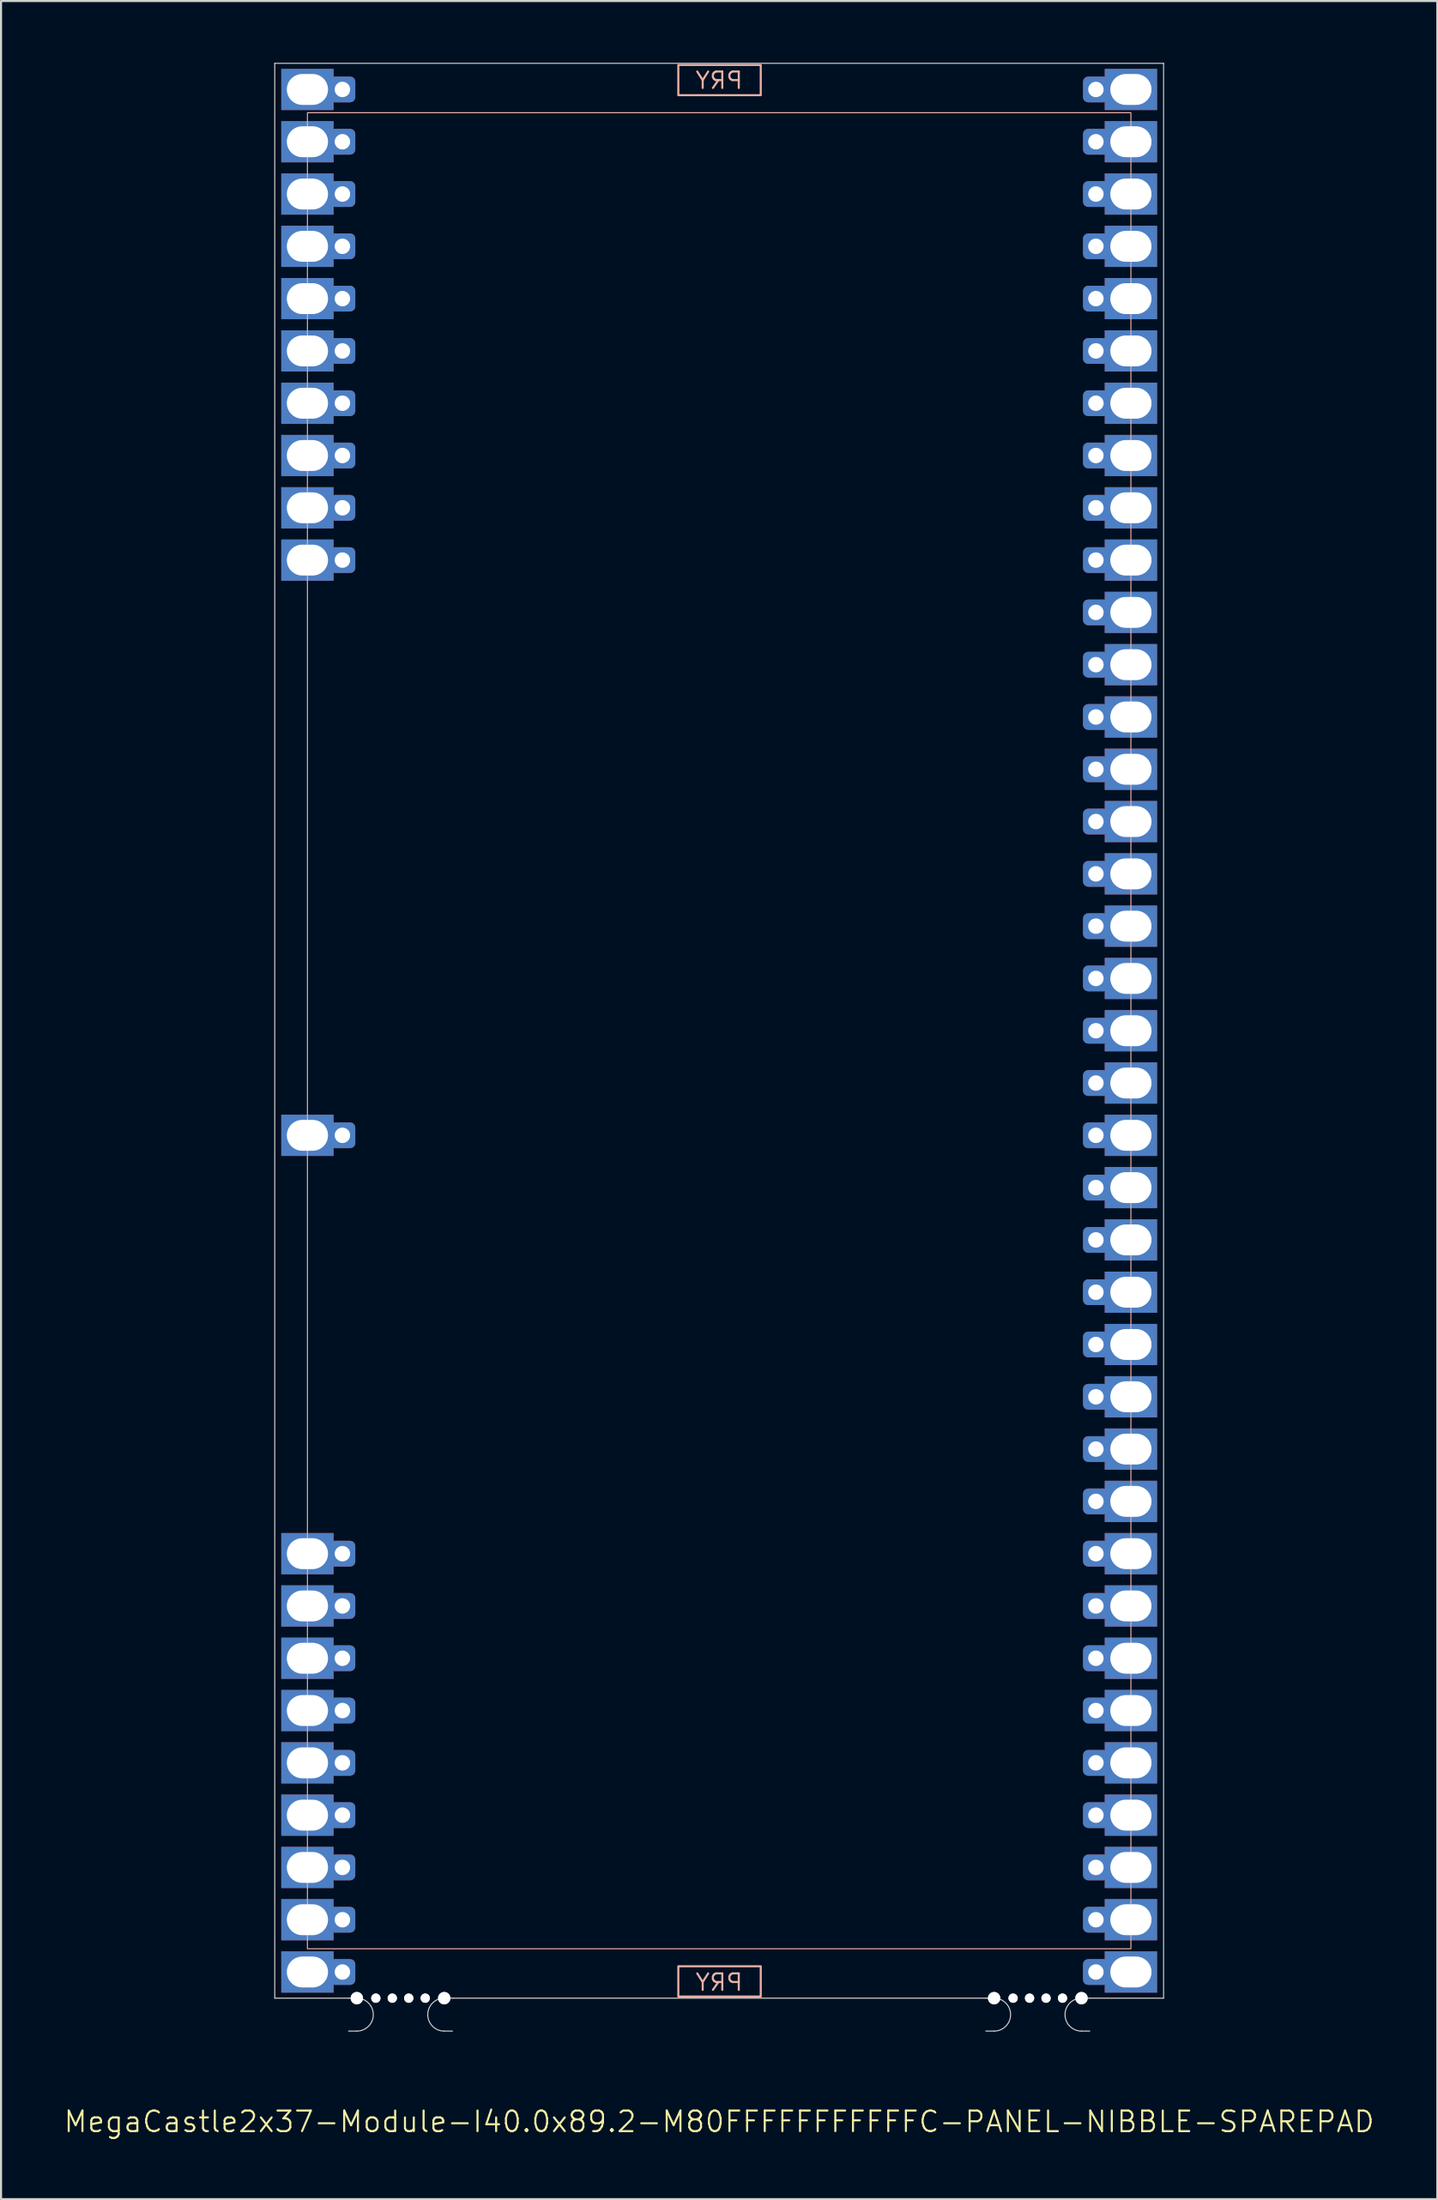
<source format=kicad_pcb>
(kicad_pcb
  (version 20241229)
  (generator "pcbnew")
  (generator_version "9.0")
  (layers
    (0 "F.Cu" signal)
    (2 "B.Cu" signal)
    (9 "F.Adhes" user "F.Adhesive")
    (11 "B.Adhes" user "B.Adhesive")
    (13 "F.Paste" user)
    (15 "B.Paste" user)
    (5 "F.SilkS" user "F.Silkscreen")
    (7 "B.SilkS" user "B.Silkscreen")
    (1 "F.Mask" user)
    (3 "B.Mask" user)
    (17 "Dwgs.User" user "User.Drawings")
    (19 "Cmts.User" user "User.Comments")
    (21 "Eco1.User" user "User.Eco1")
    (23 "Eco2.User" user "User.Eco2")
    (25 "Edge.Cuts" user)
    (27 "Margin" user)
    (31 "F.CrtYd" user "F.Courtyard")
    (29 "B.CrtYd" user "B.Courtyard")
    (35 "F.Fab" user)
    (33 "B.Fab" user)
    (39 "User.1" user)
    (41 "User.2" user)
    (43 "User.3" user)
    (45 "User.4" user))
  (footprint "MegaCastle2x37-Module-I40.0x89.2-M80FFFFFFFFFFFC-PANEL-NIBBLE-SPAREPAD"
    (layer "F.Cu")
    (at 31.883 47.015)
    (property "Reference" "MegaCastle2x37-Module-I40.0x89.2-M80FFFFFFFFFFFC-PANEL-NIBBLE-SPAREPAD" (at 0 52.99 0) (unlocked yes) (layer "F.SilkS") (effects (font (size 1 1) (thickness 0.1))))
    (attr smd)
    (fp_rect (start -20 44.59) (end 20 -44.59) (stroke (width 0.05) (type default)) (fill no) (layer "B.SilkS"))
    (fp_rect (start -1.984 -45.441) (end 2.02 -46.91) (stroke (width 0.1) (type default)) (fill no) (layer "B.SilkS"))
    (fp_rect (start -1.984 45.441) (end 2.02 46.91) (stroke (width 0.1) (type default)) (fill no) (layer "B.SilkS"))
    (fp_line (start -21.587 -46.99) (end -21.587 46.99) (stroke (width 0.05) (type default)) (layer "Edge.Cuts"))
    (fp_line (start -21.587 -46.99) (end 21.587 -46.99) (stroke (width 0.05) (type default)) (layer "Edge.Cuts"))
    (fp_line (start -21.587 46.99) (end -18 46.99) (stroke (width 0.05) (type default)) (layer "Edge.Cuts"))
    (fp_line (start -18 46.99) (end -17.6 46.99) (stroke (width 0.05) (type default)) (layer "Edge.Cuts"))
    (fp_line (start -18 48.59) (end -17.6 48.59) (stroke (width 0.05) (type default)) (layer "Edge.Cuts"))
    (fp_line (start -12.955 46.99) (end -13.355 46.99) (stroke (width 0.05) (type default)) (layer "Edge.Cuts"))
    (fp_line (start -12.955 46.99) (end 12.955 46.99) (stroke (width 0.05) (type default)) (layer "Edge.Cuts"))
    (fp_line (start -12.955 48.59) (end -13.355 48.59) (stroke (width 0.05) (type default)) (layer "Edge.Cuts"))
    (fp_line (start 12.955 46.99) (end 13.355 46.99) (stroke (width 0.05) (type default)) (layer "Edge.Cuts"))
    (fp_line (start 12.955 48.59) (end 13.355 48.59) (stroke (width 0.05) (type default)) (layer "Edge.Cuts"))
    (fp_line (start 18 46.99) (end 17.6 46.99) (stroke (width 0.05) (type default)) (layer "Edge.Cuts"))
    (fp_line (start 18 46.99) (end 21.587 46.99) (stroke (width 0.05) (type default)) (layer "Edge.Cuts"))
    (fp_line (start 18 48.59) (end 17.6 48.59) (stroke (width 0.05) (type default)) (layer "Edge.Cuts"))
    (fp_line (start 21.587 -46.99) (end 21.587 46.99) (stroke (width 0.05) (type default)) (layer "Edge.Cuts"))
    (fp_arc (start -17.6 46.990002) (mid -16.799999 47.790001) (end -17.6 48.59) (stroke (width 0.05) (type default)) (layer "Edge.Cuts"))
    (fp_arc (start -13.355 48.59) (mid -14.155 47.790001) (end -13.355 46.990002) (stroke (width 0.05) (type default)) (layer "Edge.Cuts"))
    (fp_arc (start 13.355001 46.990002) (mid 14.155002 47.790001) (end 13.355001 48.59) (stroke (width 0.05) (type default)) (layer "Edge.Cuts"))
    (fp_arc (start 17.600002 48.59) (mid 16.8 47.79) (end 17.600002 46.990002) (stroke (width 0.05) (type default)) (layer "Edge.Cuts"))
    (fp_text user "PRY" (at 0 -45.69 0) (unlocked yes) (layer "B.SilkS") (effects (font (size 0.8 0.8) (thickness 0.1)) (justify bottom mirror)))
    (fp_text user "PRY" (at 0 46.69 0) (unlocked yes) (layer "B.SilkS") (effects (font (size 0.8 0.8) (thickness 0.1)) (justify bottom mirror)))
    (pad "" np_thru_hole circle (at -17.6 46.99) (size 0.6 0.6) (drill 0.6) (layers "*.Cu" "Edge.Cuts"))
    (pad "" np_thru_hole circle (at -16.677 46.99) (size 0.45 0.45) (drill 0.45) (layers "*.Cu" "Edge.Cuts"))
    (pad "" np_thru_hole circle (at -15.878 46.99) (size 0.45 0.45) (drill 0.45) (layers "*.Cu" "Edge.Cuts"))
    (pad "" np_thru_hole circle (at -15.078 46.99) (size 0.45 0.45) (drill 0.45) (layers "*.Cu" "Edge.Cuts"))
    (pad "" np_thru_hole circle (at -14.277 46.99) (size 0.45 0.45) (drill 0.45) (layers "*.Cu" "Edge.Cuts"))
    (pad "" np_thru_hole circle (at -13.355 46.99) (size 0.6 0.6) (drill 0.6) (layers "*.Cu" "Edge.Cuts"))
    (pad "" np_thru_hole circle (at 13.355 46.99) (size 0.6 0.6) (drill 0.6) (layers "*.Cu" "Edge.Cuts"))
    (pad "" np_thru_hole circle (at 14.278 46.99) (size 0.45 0.45) (drill 0.45) (layers "*.Cu" "Edge.Cuts"))
    (pad "" np_thru_hole circle (at 15.078 46.99) (size 0.45 0.45) (drill 0.45) (layers "*.Cu" "Edge.Cuts"))
    (pad "" np_thru_hole circle (at 15.878 46.99) (size 0.45 0.45) (drill 0.45) (layers "*.Cu" "Edge.Cuts"))
    (pad "" np_thru_hole circle (at 16.678 46.99) (size 0.45 0.45) (drill 0.45) (layers "*.Cu" "Edge.Cuts"))
    (pad "" np_thru_hole circle (at 17.6 46.99) (size 0.6 0.6) (drill 0.6) (layers "*.Cu" "Edge.Cuts"))
    (pad "1" thru_hole rect (at -20 -45.72) (size 2.54 2) (drill oval 2 1.5) (property pad_prop_castellated) (layers "*.Cu" "*.Mask"))
    (pad "1" thru_hole roundrect (at -18.3 -45.72 180) (size 1.25 1.25) (drill 0.75) (layers "*.Cu" "*.Mask") (roundrect_rratio 0.2))
    (pad "2" thru_hole rect (at -20 -43.18) (size 2.54 2) (drill oval 2 1.5) (property pad_prop_castellated) (layers "*.Cu" "*.Mask"))
    (pad "2" thru_hole roundrect (at -18.3 -43.18 180) (size 1.25 1.25) (drill 0.75) (layers "*.Cu" "*.Mask") (roundrect_rratio 0.2))
    (pad "3" thru_hole rect (at -20 -40.64) (size 2.54 2) (drill oval 2 1.5) (property pad_prop_castellated) (layers "*.Cu" "*.Mask"))
    (pad "3" thru_hole roundrect (at -18.3 -40.64 180) (size 1.25 1.25) (drill 0.75) (layers "*.Cu" "*.Mask") (roundrect_rratio 0.2))
    (pad "4" thru_hole rect (at -20 -38.1) (size 2.54 2) (drill oval 2 1.5) (property pad_prop_castellated) (layers "*.Cu" "*.Mask"))
    (pad "4" thru_hole roundrect (at -18.3 -38.1 180) (size 1.25 1.25) (drill 0.75) (layers "*.Cu" "*.Mask") (roundrect_rratio 0.2))
    (pad "5" thru_hole rect (at -20 -35.56) (size 2.54 2) (drill oval 2 1.5) (property pad_prop_castellated) (layers "*.Cu" "*.Mask"))
    (pad "5" thru_hole roundrect (at -18.3 -35.56 180) (size 1.25 1.25) (drill 0.75) (layers "*.Cu" "*.Mask") (roundrect_rratio 0.2))
    (pad "6" thru_hole rect (at -20 -33.02) (size 2.54 2) (drill oval 2 1.5) (property pad_prop_castellated) (layers "*.Cu" "*.Mask"))
    (pad "6" thru_hole roundrect (at -18.3 -33.02 180) (size 1.25 1.25) (drill 0.75) (layers "*.Cu" "*.Mask") (roundrect_rratio 0.2))
    (pad "7" thru_hole rect (at -20 -30.48) (size 2.54 2) (drill oval 2 1.5) (property pad_prop_castellated) (layers "*.Cu" "*.Mask"))
    (pad "7" thru_hole roundrect (at -18.3 -30.48 180) (size 1.25 1.25) (drill 0.75) (layers "*.Cu" "*.Mask") (roundrect_rratio 0.2))
    (pad "8" thru_hole rect (at -20 -27.94) (size 2.54 2) (drill oval 2 1.5) (property pad_prop_castellated) (layers "*.Cu" "*.Mask"))
    (pad "8" thru_hole roundrect (at -18.3 -27.94 180) (size 1.25 1.25) (drill 0.75) (layers "*.Cu" "*.Mask") (roundrect_rratio 0.2))
    (pad "9" thru_hole rect (at -20 -25.4) (size 2.54 2) (drill oval 2 1.5) (property pad_prop_castellated) (layers "*.Cu" "*.Mask"))
    (pad "9" thru_hole roundrect (at -18.3 -25.4 180) (size 1.25 1.25) (drill 0.75) (layers "*.Cu" "*.Mask") (roundrect_rratio 0.2))
    (pad "10" thru_hole rect (at -20 -22.86) (size 2.54 2) (drill oval 2 1.5) (property pad_prop_castellated) (layers "*.Cu" "*.Mask"))
    (pad "10" thru_hole roundrect (at -18.3 -22.86 180) (size 1.25 1.25) (drill 0.75) (layers "*.Cu" "*.Mask") (roundrect_rratio 0.2))
    (pad "21" thru_hole rect (at -20 5.08) (size 2.54 2) (drill oval 2 1.5) (property pad_prop_castellated) (layers "*.Cu" "*.Mask"))
    (pad "21" thru_hole roundrect (at -18.3 5.08 180) (size 1.25 1.25) (drill 0.75) (layers "*.Cu" "*.Mask") (roundrect_rratio 0.2))
    (pad "29" thru_hole rect (at -20 25.4) (size 2.54 2) (drill oval 2 1.5) (property pad_prop_castellated) (layers "*.Cu" "*.Mask"))
    (pad "29" thru_hole roundrect (at -18.3 25.4 180) (size 1.25 1.25) (drill 0.75) (layers "*.Cu" "*.Mask") (roundrect_rratio 0.2))
    (pad "30" thru_hole rect (at -20 27.94) (size 2.54 2) (drill oval 2 1.5) (property pad_prop_castellated) (layers "*.Cu" "*.Mask"))
    (pad "30" thru_hole roundrect (at -18.3 27.94 180) (size 1.25 1.25) (drill 0.75) (layers "*.Cu" "*.Mask") (roundrect_rratio 0.2))
    (pad "31" thru_hole rect (at -20 30.48) (size 2.54 2) (drill oval 2 1.5) (property pad_prop_castellated) (layers "*.Cu" "*.Mask"))
    (pad "31" thru_hole roundrect (at -18.3 30.48 180) (size 1.25 1.25) (drill 0.75) (layers "*.Cu" "*.Mask") (roundrect_rratio 0.2))
    (pad "32" thru_hole rect (at -20 33.02) (size 2.54 2) (drill oval 2 1.5) (property pad_prop_castellated) (layers "*.Cu" "*.Mask"))
    (pad "32" thru_hole roundrect (at -18.3 33.02 180) (size 1.25 1.25) (drill 0.75) (layers "*.Cu" "*.Mask") (roundrect_rratio 0.2))
    (pad "33" thru_hole rect (at -20 35.56) (size 2.54 2) (drill oval 2 1.5) (property pad_prop_castellated) (layers "*.Cu" "*.Mask"))
    (pad "33" thru_hole roundrect (at -18.3 35.56 180) (size 1.25 1.25) (drill 0.75) (layers "*.Cu" "*.Mask") (roundrect_rratio 0.2))
    (pad "34" thru_hole rect (at -20 38.1) (size 2.54 2) (drill oval 2 1.5) (property pad_prop_castellated) (layers "*.Cu" "*.Mask"))
    (pad "34" thru_hole roundrect (at -18.3 38.1 180) (size 1.25 1.25) (drill 0.75) (layers "*.Cu" "*.Mask") (roundrect_rratio 0.2))
    (pad "35" thru_hole rect (at -20 40.64) (size 2.54 2) (drill oval 2 1.5) (property pad_prop_castellated) (layers "*.Cu" "*.Mask"))
    (pad "35" thru_hole roundrect (at -18.3 40.64 180) (size 1.25 1.25) (drill 0.75) (layers "*.Cu" "*.Mask") (roundrect_rratio 0.2))
    (pad "36" thru_hole rect (at -20 43.18) (size 2.54 2) (drill oval 2 1.5) (property pad_prop_castellated) (layers "*.Cu" "*.Mask"))
    (pad "36" thru_hole roundrect (at -18.3 43.18 180) (size 1.25 1.25) (drill 0.75) (layers "*.Cu" "*.Mask") (roundrect_rratio 0.2))
    (pad "37" thru_hole rect (at -20 45.72) (size 2.54 2) (drill oval 2 1.5) (property pad_prop_castellated) (layers "*.Cu" "*.Mask"))
    (pad "37" thru_hole roundrect (at -18.3 45.72 180) (size 1.25 1.25) (drill 0.75) (layers "*.Cu" "*.Mask") (roundrect_rratio 0.2))
    (pad "38" thru_hole roundrect (at 18.3 -45.72 180) (size 1.25 1.25) (drill 0.75) (layers "*.Cu" "*.Mask") (roundrect_rratio 0.2))
    (pad "38" thru_hole rect (at 20 -45.72) (size 2.54 2) (drill oval 2 1.5) (property pad_prop_castellated) (layers "*.Cu" "*.Mask"))
    (pad "39" thru_hole roundrect (at 18.3 -43.18 180) (size 1.25 1.25) (drill 0.75) (layers "*.Cu" "*.Mask") (roundrect_rratio 0.2))
    (pad "39" thru_hole rect (at 20 -43.18) (size 2.54 2) (drill oval 2 1.5) (property pad_prop_castellated) (layers "*.Cu" "*.Mask"))
    (pad "40" thru_hole roundrect (at 18.3 -40.64 180) (size 1.25 1.25) (drill 0.75) (layers "*.Cu" "*.Mask") (roundrect_rratio 0.2))
    (pad "40" thru_hole rect (at 20 -40.64) (size 2.54 2) (drill oval 2 1.5) (property pad_prop_castellated) (layers "*.Cu" "*.Mask"))
    (pad "41" thru_hole roundrect (at 18.3 -38.1 180) (size 1.25 1.25) (drill 0.75) (layers "*.Cu" "*.Mask") (roundrect_rratio 0.2))
    (pad "41" thru_hole rect (at 20 -38.1) (size 2.54 2) (drill oval 2 1.5) (property pad_prop_castellated) (layers "*.Cu" "*.Mask"))
    (pad "42" thru_hole roundrect (at 18.3 -35.56 180) (size 1.25 1.25) (drill 0.75) (layers "*.Cu" "*.Mask") (roundrect_rratio 0.2))
    (pad "42" thru_hole rect (at 20 -35.56) (size 2.54 2) (drill oval 2 1.5) (property pad_prop_castellated) (layers "*.Cu" "*.Mask"))
    (pad "43" thru_hole roundrect (at 18.3 -33.02 180) (size 1.25 1.25) (drill 0.75) (layers "*.Cu" "*.Mask") (roundrect_rratio 0.2))
    (pad "43" thru_hole rect (at 20 -33.02) (size 2.54 2) (drill oval 2 1.5) (property pad_prop_castellated) (layers "*.Cu" "*.Mask"))
    (pad "44" thru_hole roundrect (at 18.3 -30.48 180) (size 1.25 1.25) (drill 0.75) (layers "*.Cu" "*.Mask") (roundrect_rratio 0.2))
    (pad "44" thru_hole rect (at 20 -30.48) (size 2.54 2) (drill oval 2 1.5) (property pad_prop_castellated) (layers "*.Cu" "*.Mask"))
    (pad "45" thru_hole roundrect (at 18.3 -27.94 180) (size 1.25 1.25) (drill 0.75) (layers "*.Cu" "*.Mask") (roundrect_rratio 0.2))
    (pad "45" thru_hole rect (at 20 -27.94) (size 2.54 2) (drill oval 2 1.5) (property pad_prop_castellated) (layers "*.Cu" "*.Mask"))
    (pad "46" thru_hole roundrect (at 18.3 -25.4 180) (size 1.25 1.25) (drill 0.75) (layers "*.Cu" "*.Mask") (roundrect_rratio 0.2))
    (pad "46" thru_hole rect (at 20 -25.4) (size 2.54 2) (drill oval 2 1.5) (property pad_prop_castellated) (layers "*.Cu" "*.Mask"))
    (pad "47" thru_hole roundrect (at 18.3 -22.86 180) (size 1.25 1.25) (drill 0.75) (layers "*.Cu" "*.Mask") (roundrect_rratio 0.2))
    (pad "47" thru_hole rect (at 20 -22.86) (size 2.54 2) (drill oval 2 1.5) (property pad_prop_castellated) (layers "*.Cu" "*.Mask"))
    (pad "48" thru_hole roundrect (at 18.3 -20.32 180) (size 1.25 1.25) (drill 0.75) (layers "*.Cu" "*.Mask") (roundrect_rratio 0.2))
    (pad "48" thru_hole rect (at 20 -20.32) (size 2.54 2) (drill oval 2 1.5) (property pad_prop_castellated) (layers "*.Cu" "*.Mask"))
    (pad "49" thru_hole roundrect (at 18.3 -17.78 180) (size 1.25 1.25) (drill 0.75) (layers "*.Cu" "*.Mask") (roundrect_rratio 0.2))
    (pad "49" thru_hole rect (at 20 -17.78) (size 2.54 2) (drill oval 2 1.5) (property pad_prop_castellated) (layers "*.Cu" "*.Mask"))
    (pad "50" thru_hole roundrect (at 18.3 -15.24 180) (size 1.25 1.25) (drill 0.75) (layers "*.Cu" "*.Mask") (roundrect_rratio 0.2))
    (pad "50" thru_hole rect (at 20 -15.24) (size 2.54 2) (drill oval 2 1.5) (property pad_prop_castellated) (layers "*.Cu" "*.Mask"))
    (pad "51" thru_hole roundrect (at 18.3 -12.7 180) (size 1.25 1.25) (drill 0.75) (layers "*.Cu" "*.Mask") (roundrect_rratio 0.2))
    (pad "51" thru_hole rect (at 20 -12.7) (size 2.54 2) (drill oval 2 1.5) (property pad_prop_castellated) (layers "*.Cu" "*.Mask"))
    (pad "52" thru_hole roundrect (at 18.3 -10.16 180) (size 1.25 1.25) (drill 0.75) (layers "*.Cu" "*.Mask") (roundrect_rratio 0.2))
    (pad "52" thru_hole rect (at 20 -10.16) (size 2.54 2) (drill oval 2 1.5) (property pad_prop_castellated) (layers "*.Cu" "*.Mask"))
    (pad "53" thru_hole roundrect (at 18.3 -7.62 180) (size 1.25 1.25) (drill 0.75) (layers "*.Cu" "*.Mask") (roundrect_rratio 0.2))
    (pad "53" thru_hole rect (at 20 -7.62) (size 2.54 2) (drill oval 2 1.5) (property pad_prop_castellated) (layers "*.Cu" "*.Mask"))
    (pad "54" thru_hole roundrect (at 18.3 -5.08 180) (size 1.25 1.25) (drill 0.75) (layers "*.Cu" "*.Mask") (roundrect_rratio 0.2))
    (pad "54" thru_hole rect (at 20 -5.08) (size 2.54 2) (drill oval 2 1.5) (property pad_prop_castellated) (layers "*.Cu" "*.Mask"))
    (pad "55" thru_hole roundrect (at 18.3 -2.54 180) (size 1.25 1.25) (drill 0.75) (layers "*.Cu" "*.Mask") (roundrect_rratio 0.2))
    (pad "55" thru_hole rect (at 20 -2.54) (size 2.54 2) (drill oval 2 1.5) (property pad_prop_castellated) (layers "*.Cu" "*.Mask"))
    (pad "56" thru_hole roundrect (at 18.3 0 180) (size 1.25 1.25) (drill 0.75) (layers "*.Cu" "*.Mask") (roundrect_rratio 0.2))
    (pad "56" thru_hole rect (at 20 0) (size 2.54 2) (drill oval 2 1.5) (property pad_prop_castellated) (layers "*.Cu" "*.Mask"))
    (pad "57" thru_hole roundrect (at 18.3 2.54 180) (size 1.25 1.25) (drill 0.75) (layers "*.Cu" "*.Mask") (roundrect_rratio 0.2))
    (pad "57" thru_hole rect (at 20 2.54) (size 2.54 2) (drill oval 2 1.5) (property pad_prop_castellated) (layers "*.Cu" "*.Mask"))
    (pad "58" thru_hole roundrect (at 18.3 5.08 180) (size 1.25 1.25) (drill 0.75) (layers "*.Cu" "*.Mask") (roundrect_rratio 0.2))
    (pad "58" thru_hole rect (at 20 5.08) (size 2.54 2) (drill oval 2 1.5) (property pad_prop_castellated) (layers "*.Cu" "*.Mask"))
    (pad "59" thru_hole roundrect (at 18.3 7.62 180) (size 1.25 1.25) (drill 0.75) (layers "*.Cu" "*.Mask") (roundrect_rratio 0.2))
    (pad "59" thru_hole rect (at 20 7.62) (size 2.54 2) (drill oval 2 1.5) (property pad_prop_castellated) (layers "*.Cu" "*.Mask"))
    (pad "60" thru_hole roundrect (at 18.3 10.16 180) (size 1.25 1.25) (drill 0.75) (layers "*.Cu" "*.Mask") (roundrect_rratio 0.2))
    (pad "60" thru_hole rect (at 20 10.16) (size 2.54 2) (drill oval 2 1.5) (property pad_prop_castellated) (layers "*.Cu" "*.Mask"))
    (pad "61" thru_hole roundrect (at 18.3 12.7 180) (size 1.25 1.25) (drill 0.75) (layers "*.Cu" "*.Mask") (roundrect_rratio 0.2))
    (pad "61" thru_hole rect (at 20 12.7) (size 2.54 2) (drill oval 2 1.5) (property pad_prop_castellated) (layers "*.Cu" "*.Mask"))
    (pad "62" thru_hole roundrect (at 18.3 15.24 180) (size 1.25 1.25) (drill 0.75) (layers "*.Cu" "*.Mask") (roundrect_rratio 0.2))
    (pad "62" thru_hole rect (at 20 15.24) (size 2.54 2) (drill oval 2 1.5) (property pad_prop_castellated) (layers "*.Cu" "*.Mask"))
    (pad "63" thru_hole roundrect (at 18.3 17.78 180) (size 1.25 1.25) (drill 0.75) (layers "*.Cu" "*.Mask") (roundrect_rratio 0.2))
    (pad "63" thru_hole rect (at 20 17.78) (size 2.54 2) (drill oval 2 1.5) (property pad_prop_castellated) (layers "*.Cu" "*.Mask"))
    (pad "64" thru_hole roundrect (at 18.3 20.32 180) (size 1.25 1.25) (drill 0.75) (layers "*.Cu" "*.Mask") (roundrect_rratio 0.2))
    (pad "64" thru_hole rect (at 20 20.32) (size 2.54 2) (drill oval 2 1.5) (property pad_prop_castellated) (layers "*.Cu" "*.Mask"))
    (pad "65" thru_hole roundrect (at 18.3 22.86 180) (size 1.25 1.25) (drill 0.75) (layers "*.Cu" "*.Mask") (roundrect_rratio 0.2))
    (pad "65" thru_hole rect (at 20 22.86) (size 2.54 2) (drill oval 2 1.5) (property pad_prop_castellated) (layers "*.Cu" "*.Mask"))
    (pad "66" thru_hole roundrect (at 18.3 25.4 180) (size 1.25 1.25) (drill 0.75) (layers "*.Cu" "*.Mask") (roundrect_rratio 0.2))
    (pad "66" thru_hole rect (at 20 25.4) (size 2.54 2) (drill oval 2 1.5) (property pad_prop_castellated) (layers "*.Cu" "*.Mask"))
    (pad "67" thru_hole roundrect (at 18.3 27.94 180) (size 1.25 1.25) (drill 0.75) (layers "*.Cu" "*.Mask") (roundrect_rratio 0.2))
    (pad "67" thru_hole rect (at 20 27.94) (size 2.54 2) (drill oval 2 1.5) (property pad_prop_castellated) (layers "*.Cu" "*.Mask"))
    (pad "68" thru_hole roundrect (at 18.3 30.48 180) (size 1.25 1.25) (drill 0.75) (layers "*.Cu" "*.Mask") (roundrect_rratio 0.2))
    (pad "68" thru_hole rect (at 20 30.48) (size 2.54 2) (drill oval 2 1.5) (property pad_prop_castellated) (layers "*.Cu" "*.Mask"))
    (pad "69" thru_hole roundrect (at 18.3 33.02 180) (size 1.25 1.25) (drill 0.75) (layers "*.Cu" "*.Mask") (roundrect_rratio 0.2))
    (pad "69" thru_hole rect (at 20 33.02) (size 2.54 2) (drill oval 2 1.5) (property pad_prop_castellated) (layers "*.Cu" "*.Mask"))
    (pad "70" thru_hole roundrect (at 18.3 35.56 180) (size 1.25 1.25) (drill 0.75) (layers "*.Cu" "*.Mask") (roundrect_rratio 0.2))
    (pad "70" thru_hole rect (at 20 35.56) (size 2.54 2) (drill oval 2 1.5) (property pad_prop_castellated) (layers "*.Cu" "*.Mask"))
    (pad "71" thru_hole roundrect (at 18.3 38.1 180) (size 1.25 1.25) (drill 0.75) (layers "*.Cu" "*.Mask") (roundrect_rratio 0.2))
    (pad "71" thru_hole rect (at 20 38.1) (size 2.54 2) (drill oval 2 1.5) (property pad_prop_castellated) (layers "*.Cu" "*.Mask"))
    (pad "72" thru_hole roundrect (at 18.3 40.64 180) (size 1.25 1.25) (drill 0.75) (layers "*.Cu" "*.Mask") (roundrect_rratio 0.2))
    (pad "72" thru_hole rect (at 20 40.64) (size 2.54 2) (drill oval 2 1.5) (property pad_prop_castellated) (layers "*.Cu" "*.Mask"))
    (pad "73" thru_hole roundrect (at 18.3 43.18 180) (size 1.25 1.25) (drill 0.75) (layers "*.Cu" "*.Mask") (roundrect_rratio 0.2))
    (pad "73" thru_hole rect (at 20 43.18) (size 2.54 2) (drill oval 2 1.5) (property pad_prop_castellated) (layers "*.Cu" "*.Mask"))
    (pad "74" thru_hole roundrect (at 18.3 45.72 180) (size 1.25 1.25) (drill 0.75) (layers "*.Cu" "*.Mask") (roundrect_rratio 0.2))
    (pad "74" thru_hole rect (at 20 45.72) (size 2.54 2) (drill oval 2 1.5) (property pad_prop_castellated) (layers "*.Cu" "*.Mask"))
    (zone (net_name "") (layer "B.Cu") (hatch edge 0.5) (connect_pads) (min_thickness 0.25) (filled_areas_thickness no) (keepout (tracks allowed) (vias allowed) (pads allowed) (copperpour allowed) (footprints not_allowed)) (placement (enabled no)) (fill) (polygon (pts (xy 11.883 94.005) (xy 11.883 0.025))))
    (zone (net_name "") (layer "B.Cu") (hatch edge 0.5) (connect_pads) (min_thickness 0.25) (filled_areas_thickness no) (keepout (tracks allowed) (vias allowed) (pads allowed) (copperpour allowed) (footprints not_allowed)) (placement (enabled no)) (fill) (polygon (pts (xy 51.883 94.005) (xy 51.883 0.025))))
    (zone (net_name "") (layer "B.Cu") (hatch edge 0.5) (connect_pads) (min_thickness 0.25) (filled_areas_thickness no) (keepout (tracks allowed) (vias allowed) (pads allowed) (copperpour allowed) (footprints not_allowed)) (placement (enabled no)) (fill) (polygon (pts (xy 11.883 0.025) (xy 11.883 2.425) (xy 51.883 2.425) (xy 51.883 0.025))))
    (zone (net_name "") (layer "B.Cu") (hatch edge 0.5) (connect_pads) (min_thickness 0.25) (filled_areas_thickness no) (keepout (tracks allowed) (vias allowed) (pads allowed) (copperpour allowed) (footprints not_allowed)) (placement (enabled no)) (fill) (polygon (pts (xy 11.883 94.005) (xy 11.883 91.605) (xy 51.883 91.605) (xy 51.883 94.005))))
    (zone (net_name "") (layer "B.Cu") (name "Upper Pry Zone") (hatch edge 0.5) (connect_pads) (min_thickness 0.25) (filled_areas_thickness no) (keepout (tracks not_allowed) (vias not_allowed) (pads not_allowed) (copperpour allowed) (footprints not_allowed)) (placement (enabled no)) (fill) (polygon (pts (xy 29.899 1.574) (xy 29.899 0.105) (xy 33.903 0.105) (xy 33.903 1.574))))
    (zone (net_name "") (layer "B.Cu") (name "Upper Pry Zone") (hatch edge 0.5) (connect_pads) (min_thickness 0.25) (filled_areas_thickness no) (keepout (tracks not_allowed) (vias not_allowed) (pads not_allowed) (copperpour allowed) (footprints not_allowed)) (placement (enabled no)) (fill) (polygon (pts (xy 29.899 92.456) (xy 29.899 93.925) (xy 33.903 93.925) (xy 33.903 92.456)))))
  (gr_rect
    (start -3 -3)
    (end 66.767 103.766)
    (stroke (width 0.1) (type default))
    (fill no)
    (layer "Edge.Cuts")))
</source>
